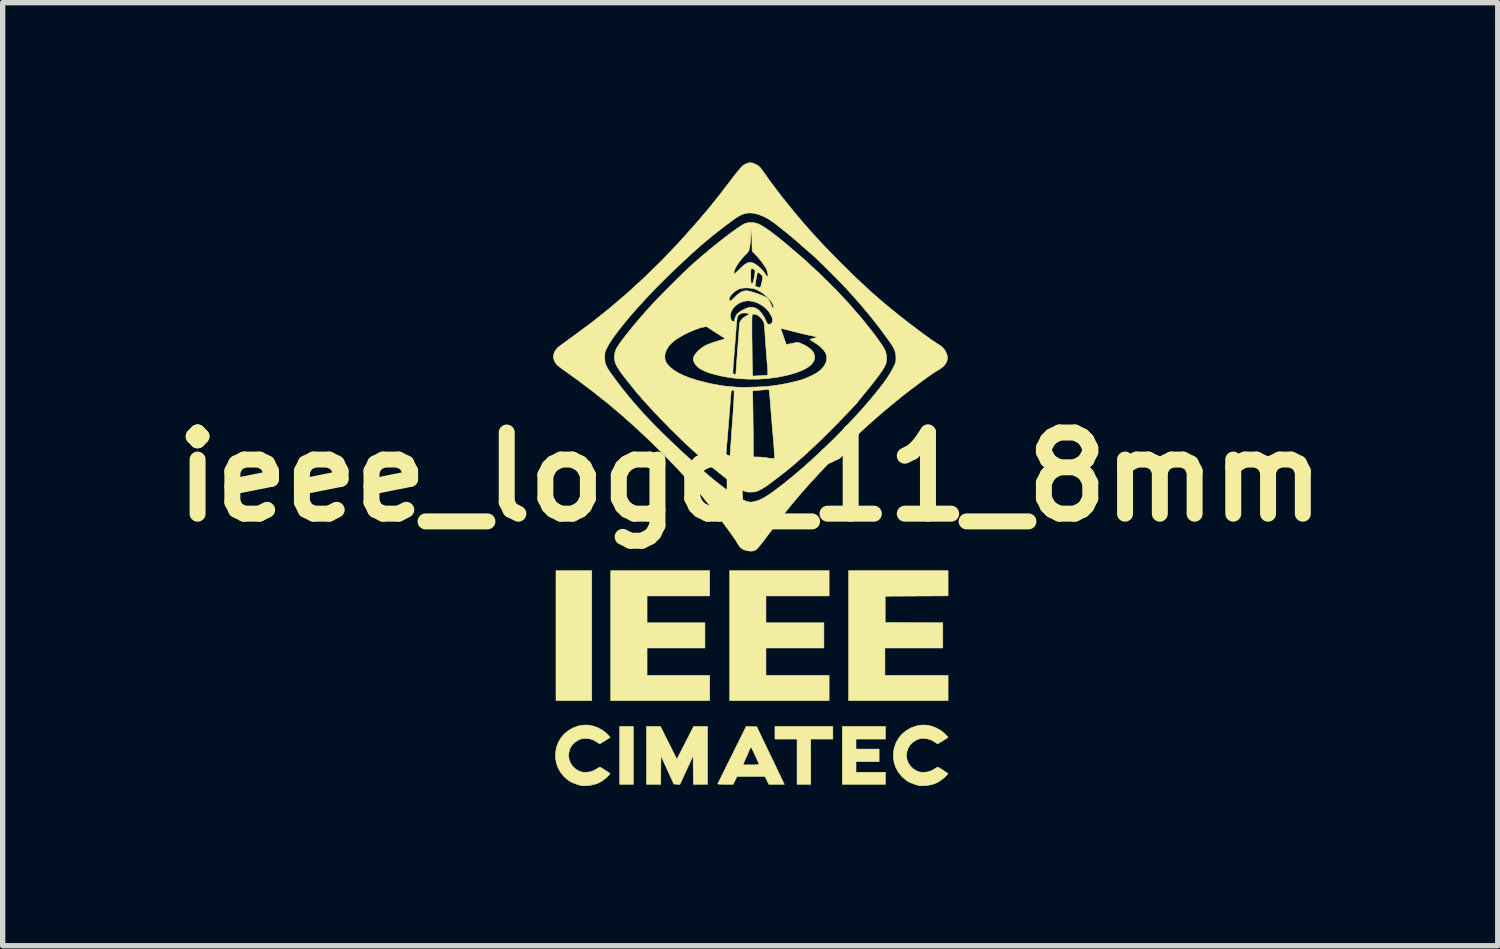
<source format=kicad_pcb>
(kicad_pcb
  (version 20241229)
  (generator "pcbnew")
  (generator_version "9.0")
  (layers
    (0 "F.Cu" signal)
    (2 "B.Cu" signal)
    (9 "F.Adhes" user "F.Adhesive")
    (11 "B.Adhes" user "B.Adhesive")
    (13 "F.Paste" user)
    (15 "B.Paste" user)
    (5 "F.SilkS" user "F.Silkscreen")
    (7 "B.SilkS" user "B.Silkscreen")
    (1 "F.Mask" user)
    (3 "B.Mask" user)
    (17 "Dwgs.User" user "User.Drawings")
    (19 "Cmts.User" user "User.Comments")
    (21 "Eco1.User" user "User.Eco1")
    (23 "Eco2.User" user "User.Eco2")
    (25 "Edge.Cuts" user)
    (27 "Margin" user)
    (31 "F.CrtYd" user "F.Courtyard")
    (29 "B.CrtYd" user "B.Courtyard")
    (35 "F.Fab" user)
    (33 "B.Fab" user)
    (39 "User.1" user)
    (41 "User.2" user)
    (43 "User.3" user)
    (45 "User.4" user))
  (footprint "ieee_logo_11_8mm"
    (layer "F.Cu")
    (at 11.038 5.907)
    (property "Reference" "ieee_logo_11_8mm" (at 0 0 0) (layer "F.SilkS") (effects (font (size 1.524 1.524) (thickness 0.3))))
    (attr through_hole)
    (fp_poly (pts (xy -2.975 4.2) (xy -3.647 4.2) (xy -3.647 1.759) (xy -2.975 1.759) (xy -2.975 4.2)) (stroke (width 0.01) (type solid)) (fill yes) (layer "F.SilkS"))
    (fp_poly (pts (xy -2.194 5.772) (xy -2.451 5.772) (xy -2.451 4.685) (xy -2.194 4.685) (xy -2.194 5.772)) (stroke (width 0.01) (type solid)) (fill yes) (layer "F.SilkS"))
    (fp_poly (pts (xy 1.552 4.922) (xy 1.137 4.922) (xy 1.137 5.772) (xy 0.88 5.772) (xy 0.88 4.922) (xy 0.465 4.922) (xy 0.465 4.685) (xy 1.552 4.685) (xy 1.552 4.922)) (stroke (width 0.01) (type solid)) (fill yes) (layer "F.SilkS"))
    (fp_poly (pts (xy -0.761 2.234) (xy -1.937 2.234) (xy -1.937 2.738) (xy -0.85 2.738) (xy -0.85 3.212) (xy -1.937 3.212) (xy -1.937 3.726) (xy -0.761 3.726) (xy -0.761 4.2) (xy -2.619 4.2) (xy -2.619 1.759) (xy -0.761 1.759) (xy -0.761 2.234)) (stroke (width 0.01) (type solid)) (fill yes) (layer "F.SilkS"))
    (fp_poly (pts (xy 1.482 2.234) (xy 0.296 2.234) (xy 0.296 2.738) (xy 1.384 2.738) (xy 1.384 3.212) (xy 0.296 3.212) (xy 0.296 3.726) (xy 1.482 3.726) (xy 1.482 4.2) (xy -0.385 4.2) (xy -0.385 1.759) (xy 1.482 1.759) (xy 1.482 2.234)) (stroke (width 0.01) (type solid)) (fill yes) (layer "F.SilkS"))
    (fp_poly (pts (xy 2.54 4.922) (xy 1.987 4.922) (xy 1.987 5.11) (xy 2.421 5.11) (xy 2.421 5.347) (xy 1.987 5.347) (xy 1.987 5.545) (xy 2.54 5.545) (xy 2.54 5.772) (xy 1.73 5.772) (xy 1.73 4.685) (xy 2.54 4.685) (xy 2.54 4.922)) (stroke (width 0.01) (type solid)) (fill yes) (layer "F.SilkS"))
    (fp_poly (pts (xy 3.716 2.233) (xy 3.126 2.236) (xy 2.535 2.239) (xy 2.535 2.733) (xy 3.617 2.738) (xy 3.617 3.212) (xy 2.53 3.212) (xy 2.53 3.726) (xy 3.716 3.726) (xy 3.716 4.2) (xy 1.848 4.2) (xy 1.848 1.759) (xy 3.716 1.759) (xy 3.716 2.233)) (stroke (width 0.01) (type solid)) (fill yes) (layer "F.SilkS"))
    (fp_poly (pts (xy -1.531 4.993) (xy -1.377 5.301) (xy -1.22 4.993) (xy -1.062 4.685) (xy -0.801 4.685) (xy -0.801 5.772) (xy -1.067 5.772) (xy -1.07 5.504) (xy -1.072 5.236) (xy -1.196 5.504) (xy -1.319 5.773) (xy -1.376 5.77) (xy -1.434 5.767) (xy -1.555 5.502) (xy -1.675 5.238) (xy -1.678 5.505) (xy -1.68 5.772) (xy -1.947 5.772) (xy -1.947 4.685) (xy -1.685 4.685) (xy -1.531 4.993)) (stroke (width 0.01) (type solid)) (fill yes) (layer "F.SilkS"))
    (fp_poly (pts (xy 0.024 4.687) (xy 0.123 4.69) (xy 0.293 5.045) (xy 0.335 5.133) (xy 0.378 5.223) (xy 0.421 5.312) (xy 0.462 5.397) (xy 0.499 5.474) (xy 0.53 5.54) (xy 0.552 5.587) (xy 0.641 5.772) (xy 0.35 5.772) (xy 0.314 5.698) (xy 0.277 5.624) (xy -0.247 5.624) (xy -0.284 5.698) (xy -0.321 5.772) (xy -0.467 5.772) (xy -0.518 5.771) (xy -0.561 5.77) (xy -0.592 5.768) (xy -0.609 5.766) (xy -0.61 5.764) (xy -0.605 5.754) (xy -0.592 5.728) (xy -0.572 5.688) (xy -0.546 5.634) (xy -0.513 5.569) (xy -0.476 5.493) (xy -0.435 5.41) (xy -0.433 5.406) (xy -0.137 5.406) (xy 0.016 5.406) (xy 0.068 5.406) (xy 0.113 5.404) (xy 0.146 5.403) (xy 0.165 5.4) (xy 0.168 5.399) (xy 0.164 5.387) (xy 0.153 5.362) (xy 0.137 5.326) (xy 0.118 5.282) (xy 0.096 5.236) (xy 0.074 5.189) (xy 0.054 5.146) (xy 0.037 5.11) (xy 0.024 5.086) (xy 0.019 5.076) (xy 0.01 5.077) (xy 0.001 5.091) (xy -0.006 5.108) (xy -0.019 5.139) (xy -0.038 5.181) (xy -0.059 5.23) (xy -0.073 5.26) (xy -0.137 5.406) (xy -0.433 5.406) (xy -0.39 5.319) (xy -0.342 5.223) (xy -0.341 5.221) (xy -0.075 4.684) (xy 0.024 4.687)) (stroke (width 0.01) (type solid)) (fill yes) (layer "F.SilkS"))
    (fp_poly (pts (xy -3.031 4.66) (xy -2.938 4.68) (xy -2.847 4.715) (xy -2.762 4.764) (xy -2.687 4.825) (xy -2.654 4.861) (xy -2.629 4.89) (xy -2.723 4.95) (xy -2.762 4.974) (xy -2.794 4.994) (xy -2.816 5.007) (xy -2.825 5.011) (xy -2.836 5.006) (xy -2.858 4.992) (xy -2.88 4.977) (xy -2.946 4.939) (xy -3.018 4.917) (xy -3.095 4.911) (xy -3.14 4.913) (xy -3.175 4.92) (xy -3.212 4.934) (xy -3.228 4.942) (xy -3.294 4.984) (xy -3.345 5.036) (xy -3.381 5.097) (xy -3.403 5.163) (xy -3.41 5.231) (xy -3.402 5.299) (xy -3.379 5.364) (xy -3.342 5.424) (xy -3.289 5.476) (xy -3.228 5.515) (xy -3.19 5.532) (xy -3.156 5.542) (xy -3.119 5.545) (xy -3.093 5.546) (xy -3.02 5.54) (xy -2.957 5.522) (xy -2.895 5.49) (xy -2.879 5.479) (xy -2.848 5.46) (xy -2.824 5.451) (xy -2.815 5.451) (xy -2.801 5.459) (xy -2.775 5.475) (xy -2.741 5.497) (xy -2.716 5.513) (xy -2.63 5.568) (xy -2.66 5.606) (xy -2.692 5.639) (xy -2.736 5.675) (xy -2.785 5.71) (xy -2.834 5.739) (xy -2.859 5.751) (xy -2.927 5.774) (xy -3.003 5.79) (xy -3.079 5.799) (xy -3.149 5.798) (xy -3.173 5.795) (xy -3.216 5.784) (xy -3.268 5.767) (xy -3.322 5.746) (xy -3.369 5.725) (xy -3.38 5.719) (xy -3.413 5.697) (xy -3.452 5.666) (xy -3.49 5.632) (xy -3.497 5.625) (xy -3.561 5.546) (xy -3.61 5.459) (xy -3.641 5.366) (xy -3.657 5.269) (xy -3.655 5.171) (xy -3.637 5.075) (xy -3.603 4.983) (xy -3.552 4.897) (xy -3.495 4.83) (xy -3.411 4.76) (xy -3.319 4.708) (xy -3.219 4.674) (xy -3.123 4.658) (xy -3.031 4.66)) (stroke (width 0.01) (type solid)) (fill yes) (layer "F.SilkS"))
    (fp_poly (pts (xy 3.314 4.66) (xy 3.407 4.68) (xy 3.498 4.715) (xy 3.583 4.764) (xy 3.658 4.825) (xy 3.692 4.861) (xy 3.716 4.89) (xy 3.622 4.95) (xy 3.583 4.974) (xy 3.551 4.994) (xy 3.529 5.007) (xy 3.52 5.011) (xy 3.509 5.006) (xy 3.487 4.992) (xy 3.465 4.977) (xy 3.399 4.939) (xy 3.327 4.917) (xy 3.25 4.911) (xy 3.205 4.913) (xy 3.17 4.92) (xy 3.133 4.934) (xy 3.117 4.942) (xy 3.051 4.984) (xy 3 5.036) (xy 2.964 5.097) (xy 2.942 5.163) (xy 2.935 5.231) (xy 2.943 5.299) (xy 2.966 5.364) (xy 3.004 5.424) (xy 3.056 5.476) (xy 3.117 5.515) (xy 3.156 5.532) (xy 3.189 5.542) (xy 3.226 5.545) (xy 3.252 5.546) (xy 3.325 5.54) (xy 3.388 5.522) (xy 3.45 5.49) (xy 3.466 5.479) (xy 3.497 5.46) (xy 3.521 5.451) (xy 3.53 5.451) (xy 3.544 5.459) (xy 3.57 5.475) (xy 3.604 5.497) (xy 3.629 5.513) (xy 3.715 5.568) (xy 3.685 5.606) (xy 3.653 5.639) (xy 3.609 5.675) (xy 3.56 5.71) (xy 3.511 5.739) (xy 3.486 5.751) (xy 3.418 5.774) (xy 3.342 5.79) (xy 3.266 5.799) (xy 3.196 5.798) (xy 3.173 5.795) (xy 3.129 5.784) (xy 3.077 5.767) (xy 3.023 5.746) (xy 2.976 5.725) (xy 2.965 5.719) (xy 2.932 5.697) (xy 2.893 5.666) (xy 2.855 5.632) (xy 2.848 5.625) (xy 2.784 5.546) (xy 2.735 5.459) (xy 2.704 5.366) (xy 2.688 5.269) (xy 2.69 5.171) (xy 2.708 5.075) (xy 2.742 4.983) (xy 2.793 4.897) (xy 2.85 4.83) (xy 2.934 4.76) (xy 3.026 4.708) (xy 3.126 4.674) (xy 3.222 4.658) (xy 3.314 4.66)) (stroke (width 0.01) (type solid)) (fill yes) (layer "F.SilkS"))
    (fp_poly (pts (xy 0.049 -5.894) (xy 0.107 -5.87) (xy 0.116 -5.865) (xy 0.137 -5.853) (xy 0.155 -5.84) (xy 0.173 -5.825) (xy 0.192 -5.804) (xy 0.214 -5.777) (xy 0.242 -5.739) (xy 0.278 -5.689) (xy 0.304 -5.651) (xy 0.396 -5.523) (xy 0.5 -5.385) (xy 0.612 -5.24) (xy 0.731 -5.092) (xy 0.853 -4.943) (xy 0.975 -4.798) (xy 1.091 -4.664) (xy 1.206 -4.537) (xy 1.331 -4.401) (xy 1.466 -4.26) (xy 1.606 -4.116) (xy 1.75 -3.972) (xy 1.894 -3.83) (xy 2.036 -3.694) (xy 2.174 -3.565) (xy 2.304 -3.446) (xy 2.407 -3.356) (xy 2.5 -3.276) (xy 2.6 -3.193) (xy 2.705 -3.108) (xy 2.812 -3.022) (xy 2.921 -2.936) (xy 3.029 -2.853) (xy 3.134 -2.773) (xy 3.234 -2.699) (xy 3.327 -2.631) (xy 3.412 -2.57) (xy 3.487 -2.52) (xy 3.549 -2.48) (xy 3.568 -2.469) (xy 3.616 -2.431) (xy 3.657 -2.379) (xy 3.687 -2.318) (xy 3.69 -2.31) (xy 3.704 -2.257) (xy 3.703 -2.212) (xy 3.689 -2.165) (xy 3.68 -2.146) (xy 3.66 -2.113) (xy 3.632 -2.081) (xy 3.593 -2.049) (xy 3.542 -2.014) (xy 3.479 -1.976) (xy 3.448 -1.957) (xy 3.404 -1.927) (xy 3.349 -1.889) (xy 3.286 -1.843) (xy 3.216 -1.792) (xy 3.142 -1.737) (xy 3.066 -1.68) (xy 2.991 -1.623) (xy 2.919 -1.567) (xy 2.856 -1.518) (xy 2.655 -1.355) (xy 2.463 -1.194) (xy 2.276 -1.03) (xy 2.09 -0.862) (xy 1.902 -0.684) (xy 1.708 -0.494) (xy 1.66 -0.446) (xy 1.461 -0.244) (xy 1.277 -0.05) (xy 1.103 0.139) (xy 0.939 0.326) (xy 0.78 0.515) (xy 0.624 0.708) (xy 0.469 0.909) (xy 0.369 1.043) (xy 0.309 1.124) (xy 0.259 1.19) (xy 0.218 1.243) (xy 0.184 1.285) (xy 0.157 1.318) (xy 0.135 1.342) (xy 0.116 1.359) (xy 0.1 1.372) (xy 0.094 1.375) (xy 0.057 1.389) (xy 0.007 1.393) (xy -0.048 1.387) (xy -0.097 1.374) (xy -0.14 1.356) (xy -0.175 1.331) (xy -0.206 1.296) (xy -0.232 1.255) (xy -0.265 1.201) (xy -0.31 1.135) (xy -0.365 1.057) (xy -0.427 0.972) (xy -0.495 0.879) (xy -0.568 0.783) (xy -0.644 0.685) (xy -0.72 0.587) (xy -0.797 0.491) (xy -0.871 0.4) (xy -0.941 0.315) (xy -1.005 0.24) (xy -1.043 0.197) (xy -1.315 -0.101) (xy -1.585 -0.382) (xy -1.852 -0.648) (xy -2.121 -0.901) (xy -2.392 -1.144) (xy -2.669 -1.378) (xy -2.953 -1.604) (xy -3.247 -1.826) (xy -3.543 -2.038) (xy -3.593 -2.075) (xy -3.629 -2.108) (xy -3.656 -2.141) (xy -3.676 -2.177) (xy -3.681 -2.189) (xy -3.694 -2.244) (xy -2.732 -2.244) (xy -2.731 -2.205) (xy -2.728 -2.171) (xy -2.722 -2.138) (xy -2.71 -2.104) (xy -2.693 -2.068) (xy -2.67 -2.027) (xy -2.638 -1.978) (xy -2.597 -1.92) (xy -2.546 -1.85) (xy -2.497 -1.784) (xy -2.39 -1.644) (xy -2.278 -1.506) (xy -2.161 -1.368) (xy -2.037 -1.228) (xy -1.905 -1.086) (xy -1.764 -0.94) (xy -1.612 -0.789) (xy -1.448 -0.631) (xy -1.271 -0.465) (xy -1.08 -0.291) (xy -0.954 -0.177) (xy -0.823 -0.063) (xy -0.698 0.042) (xy -0.579 0.137) (xy -0.467 0.222) (xy -0.363 0.295) (xy -0.269 0.357) (xy -0.184 0.406) (xy -0.11 0.442) (xy -0.047 0.465) (xy 0.003 0.473) (xy 0.005 0.473) (xy 0.025 0.472) (xy 0.057 0.466) (xy 0.085 0.461) (xy 0.132 0.448) (xy 0.18 0.429) (xy 0.234 0.403) (xy 0.293 0.369) (xy 0.361 0.325) (xy 0.438 0.271) (xy 0.526 0.205) (xy 0.613 0.139) (xy 0.796 -0.009) (xy 0.986 -0.17) (xy 1.18 -0.344) (xy 1.375 -0.526) (xy 1.569 -0.714) (xy 1.758 -0.905) (xy 1.94 -1.098) (xy 2.112 -1.287) (xy 2.227 -1.421) (xy 2.321 -1.532) (xy 2.401 -1.631) (xy 2.471 -1.72) (xy 2.531 -1.8) (xy 2.582 -1.874) (xy 2.625 -1.942) (xy 2.662 -2.007) (xy 2.695 -2.071) (xy 2.705 -2.092) (xy 2.722 -2.13) (xy 2.732 -2.16) (xy 2.736 -2.188) (xy 2.737 -2.222) (xy 2.736 -2.252) (xy 2.734 -2.289) (xy 2.729 -2.323) (xy 2.721 -2.356) (xy 2.708 -2.39) (xy 2.691 -2.427) (xy 2.666 -2.469) (xy 2.634 -2.519) (xy 2.592 -2.577) (xy 2.541 -2.647) (xy 2.479 -2.731) (xy 2.47 -2.744) (xy 2.365 -2.881) (xy 2.262 -3.012) (xy 2.156 -3.14) (xy 2.045 -3.27) (xy 1.924 -3.406) (xy 1.823 -3.518) (xy 1.775 -3.569) (xy 1.719 -3.628) (xy 1.656 -3.693) (xy 1.589 -3.761) (xy 1.519 -3.832) (xy 1.448 -3.902) (xy 1.379 -3.97) (xy 1.314 -4.033) (xy 1.255 -4.09) (xy 1.204 -4.138) (xy 1.162 -4.176) (xy 1.139 -4.196) (xy 1.107 -4.223) (xy 1.065 -4.259) (xy 1.016 -4.302) (xy 0.966 -4.346) (xy 0.937 -4.372) (xy 0.85 -4.448) (xy 0.752 -4.53) (xy 0.648 -4.616) (xy 0.543 -4.699) (xy 0.442 -4.777) (xy 0.44 -4.778) (xy 0.348 -4.841) (xy 0.255 -4.891) (xy 0.162 -4.928) (xy 0.074 -4.951) (xy -0.008 -4.959) (xy -0.065 -4.954) (xy -0.11 -4.944) (xy -0.155 -4.929) (xy -0.201 -4.906) (xy -0.253 -4.874) (xy -0.314 -4.832) (xy -0.336 -4.816) (xy -0.45 -4.731) (xy -0.556 -4.65) (xy -0.657 -4.571) (xy -0.755 -4.492) (xy -0.852 -4.411) (xy -0.95 -4.327) (xy -1.052 -4.236) (xy -1.16 -4.138) (xy -1.276 -4.03) (xy -1.402 -3.911) (xy -1.457 -3.858) (xy -1.587 -3.733) (xy -1.714 -3.606) (xy -1.839 -3.477) (xy -1.96 -3.349) (xy -2.076 -3.222) (xy -2.186 -3.098) (xy -2.289 -2.979) (xy -2.384 -2.864) (xy -2.469 -2.756) (xy -2.544 -2.656) (xy -2.607 -2.566) (xy -2.658 -2.485) (xy -2.695 -2.417) (xy -2.696 -2.415) (xy -2.713 -2.377) (xy -2.724 -2.347) (xy -2.73 -2.319) (xy -2.732 -2.284) (xy -2.732 -2.244) (xy -3.694 -2.244) (xy -3.694 -2.246) (xy -3.689 -2.304) (xy -3.667 -2.361) (xy -3.627 -2.415) (xy -3.6 -2.44) (xy -3.579 -2.456) (xy -3.545 -2.482) (xy -3.5 -2.515) (xy -3.447 -2.554) (xy -3.389 -2.596) (xy -3.334 -2.636) (xy -2.983 -2.895) (xy -2.643 -3.166) (xy -2.311 -3.45) (xy -1.986 -3.747) (xy -1.666 -4.06) (xy -1.351 -4.39) (xy -1.039 -4.738) (xy -0.946 -4.845) (xy -0.889 -4.913) (xy -0.838 -4.973) (xy -0.791 -5.029) (xy -0.747 -5.082) (xy -0.704 -5.135) (xy -0.659 -5.191) (xy -0.611 -5.252) (xy -0.557 -5.32) (xy -0.497 -5.399) (xy -0.428 -5.489) (xy -0.39 -5.537) (xy -0.331 -5.615) (xy -0.282 -5.678) (xy -0.241 -5.729) (xy -0.209 -5.769) (xy -0.182 -5.8) (xy -0.161 -5.823) (xy -0.143 -5.841) (xy -0.126 -5.854) (xy -0.11 -5.865) (xy -0.108 -5.866) (xy -0.054 -5.892) (xy -0.003 -5.902) (xy 0.049 -5.894)) (stroke (width 0.01) (type solid)) (fill yes) (layer "F.SilkS"))
    (fp_poly (pts (xy 0.071 -4.775) (xy 0.132 -4.76) (xy 0.133 -4.76) (xy 0.176 -4.741) (xy 0.225 -4.715) (xy 0.279 -4.681) (xy 0.342 -4.638) (xy 0.413 -4.586) (xy 0.495 -4.523) (xy 0.588 -4.448) (xy 0.695 -4.36) (xy 0.702 -4.354) (xy 1.018 -4.083) (xy 1.316 -3.807) (xy 1.598 -3.529) (xy 1.861 -3.247) (xy 2.106 -2.964) (xy 2.295 -2.726) (xy 2.371 -2.625) (xy 2.434 -2.538) (xy 2.483 -2.465) (xy 2.518 -2.407) (xy 2.539 -2.363) (xy 2.541 -2.357) (xy 2.557 -2.291) (xy 2.561 -2.217) (xy 2.555 -2.147) (xy 2.543 -2.11) (xy 2.517 -2.06) (xy 2.478 -1.996) (xy 2.424 -1.919) (xy 2.356 -1.829) (xy 2.275 -1.725) (xy 2.179 -1.607) (xy 2.174 -1.601) (xy 2.134 -1.552) (xy 2.097 -1.507) (xy 2.067 -1.469) (xy 2.044 -1.441) (xy 2.032 -1.424) (xy 2.03 -1.422) (xy 2.019 -1.407) (xy 1.996 -1.38) (xy 1.961 -1.343) (xy 1.917 -1.296) (xy 1.866 -1.241) (xy 1.808 -1.181) (xy 1.745 -1.116) (xy 1.68 -1.049) (xy 1.613 -0.98) (xy 1.546 -0.912) (xy 1.48 -0.846) (xy 1.418 -0.784) (xy 1.36 -0.727) (xy 1.308 -0.676) (xy 1.281 -0.65) (xy 1.138 -0.515) (xy 1.005 -0.393) (xy 0.88 -0.283) (xy 0.76 -0.18) (xy 0.642 -0.085) (xy 0.525 0.006) (xy 0.483 0.037) (xy 0.439 0.07) (xy 0.392 0.106) (xy 0.35 0.138) (xy 0.336 0.149) (xy 0.295 0.177) (xy 0.246 0.208) (xy 0.198 0.235) (xy 0.19 0.239) (xy 0.147 0.26) (xy 0.114 0.272) (xy 0.083 0.279) (xy 0.045 0.283) (xy 0.027 0.283) (xy -0.032 0.283) (xy -0.076 0.277) (xy -0.09 0.273) (xy -0.122 0.259) (xy -0.153 0.244) (xy -0.186 0.225) (xy -0.224 0.199) (xy -0.271 0.165) (xy -0.311 0.135) (xy -0.518 -0.024) (xy -0.717 -0.185) (xy -0.721 -0.189) (xy -0.473 -0.189) (xy -0.467 -0.18) (xy -0.452 -0.187) (xy -0.427 -0.21) (xy -0.426 -0.211) (xy -0.417 -0.221) (xy -0.409 -0.232) (xy -0.402 -0.246) (xy -0.397 -0.264) (xy -0.391 -0.289) (xy -0.387 -0.323) (xy -0.382 -0.367) (xy -0.377 -0.423) (xy -0.372 -0.494) (xy -0.366 -0.581) (xy -0.361 -0.652) (xy -0.356 -0.726) (xy -0.35 -0.814) (xy -0.343 -0.91) (xy -0.336 -1.007) (xy -0.329 -1.101) (xy -0.325 -1.156) (xy -0.32 -1.235) (xy -0.314 -1.312) (xy -0.31 -1.384) (xy -0.306 -1.447) (xy -0.304 -1.498) (xy -0.303 -1.532) (xy -0.302 -1.618) (xy 0.046 -1.618) (xy 0.053 -1.173) (xy 0.054 -1.073) (xy 0.055 -0.972) (xy 0.057 -0.874) (xy 0.058 -0.782) (xy 0.058 -0.699) (xy 0.059 -0.627) (xy 0.059 -0.571) (xy 0.059 -0.552) (xy 0.059 -0.376) (xy 0.146 -0.375) (xy 0.198 -0.373) (xy 0.254 -0.368) (xy 0.303 -0.362) (xy 0.306 -0.361) (xy 0.349 -0.354) (xy 0.389 -0.349) (xy 0.419 -0.347) (xy 0.419 -0.347) (xy 0.458 -0.346) (xy 0.451 -0.472) (xy 0.448 -0.533) (xy 0.443 -0.6) (xy 0.439 -0.662) (xy 0.435 -0.702) (xy 0.43 -0.762) (xy 0.423 -0.839) (xy 0.415 -0.93) (xy 0.407 -1.033) (xy 0.398 -1.145) (xy 0.388 -1.263) (xy 0.38 -1.364) (xy 0.374 -1.447) (xy 0.368 -1.512) (xy 0.364 -1.562) (xy 0.36 -1.598) (xy 0.356 -1.623) (xy 0.352 -1.638) (xy 0.347 -1.645) (xy 0.342 -1.647) (xy 0.337 -1.646) (xy 0.322 -1.644) (xy 0.291 -1.64) (xy 0.249 -1.636) (xy 0.199 -1.631) (xy 0.184 -1.63) (xy 0.046 -1.618) (xy -0.302 -1.618) (xy -0.301 -1.626) (xy -0.328 -1.629) (xy -0.344 -1.629) (xy -0.352 -1.622) (xy -0.357 -1.602) (xy -0.359 -1.584) (xy -0.363 -1.551) (xy -0.367 -1.507) (xy -0.37 -1.46) (xy -0.371 -1.453) (xy -0.374 -1.405) (xy -0.379 -1.347) (xy -0.383 -1.288) (xy -0.386 -1.26) (xy -0.39 -1.214) (xy -0.395 -1.154) (xy -0.4 -1.085) (xy -0.406 -1.014) (xy -0.41 -0.959) (xy -0.416 -0.89) (xy -0.422 -0.819) (xy -0.427 -0.751) (xy -0.432 -0.693) (xy -0.435 -0.657) (xy -0.44 -0.605) (xy -0.445 -0.541) (xy -0.45 -0.473) (xy -0.454 -0.408) (xy -0.455 -0.4) (xy -0.459 -0.345) (xy -0.463 -0.294) (xy -0.467 -0.251) (xy -0.47 -0.222) (xy -0.471 -0.215) (xy -0.473 -0.189) (xy -0.721 -0.189) (xy -0.912 -0.352) (xy -1.106 -0.527) (xy -1.304 -0.713) (xy -1.507 -0.913) (xy -1.507 -0.913) (xy -1.594 -1.002) (xy -1.683 -1.093) (xy -1.771 -1.186) (xy -1.857 -1.278) (xy -1.939 -1.367) (xy -2.014 -1.451) (xy -2.081 -1.528) (xy -2.139 -1.595) (xy -2.184 -1.651) (xy -2.188 -1.657) (xy -2.215 -1.691) (xy -2.25 -1.734) (xy -2.288 -1.781) (xy -2.321 -1.822) (xy -2.385 -1.904) (xy -2.441 -1.98) (xy -2.486 -2.049) (xy -2.518 -2.107) (xy -2.53 -2.135) (xy -2.546 -2.198) (xy -2.549 -2.258) (xy -1.604 -2.258) (xy -1.599 -2.208) (xy -1.584 -2.163) (xy -1.557 -2.12) (xy -1.514 -2.073) (xy -1.501 -2.06) (xy -1.433 -2.005) (xy -1.35 -1.954) (xy -1.25 -1.905) (xy -1.132 -1.859) (xy -0.995 -1.816) (xy -0.99 -1.814) (xy -0.748 -1.753) (xy -0.504 -1.71) (xy -0.26 -1.687) (xy -0.252 -1.686) (xy -0.196 -1.685) (xy -0.126 -1.684) (xy -0.045 -1.685) (xy 0.041 -1.687) (xy 0.128 -1.69) (xy 0.212 -1.694) (xy 0.287 -1.698) (xy 0.348 -1.703) (xy 0.371 -1.706) (xy 0.532 -1.728) (xy 0.686 -1.756) (xy 0.84 -1.791) (xy 0.954 -1.822) (xy 1.002 -1.837) (xy 1.06 -1.861) (xy 1.122 -1.888) (xy 1.182 -1.917) (xy 1.232 -1.944) (xy 1.253 -1.957) (xy 1.324 -2.011) (xy 1.378 -2.07) (xy 1.416 -2.131) (xy 1.436 -2.194) (xy 1.438 -2.257) (xy 1.421 -2.318) (xy 1.414 -2.332) (xy 1.382 -2.379) (xy 1.336 -2.428) (xy 1.279 -2.477) (xy 1.214 -2.521) (xy 1.204 -2.527) (xy 1.17 -2.548) (xy 1.144 -2.565) (xy 1.129 -2.578) (xy 1.127 -2.581) (xy 1.131 -2.586) (xy 1.147 -2.593) (xy 1.176 -2.602) (xy 1.222 -2.613) (xy 1.229 -2.615) (xy 1.246 -2.621) (xy 1.245 -2.628) (xy 1.227 -2.635) (xy 1.19 -2.644) (xy 1.171 -2.648) (xy 1.116 -2.659) (xy 1.058 -2.672) (xy 0.994 -2.687) (xy 0.921 -2.705) (xy 0.834 -2.727) (xy 0.801 -2.735) (xy 0.728 -2.754) (xy 0.673 -2.768) (xy 0.632 -2.778) (xy 0.604 -2.784) (xy 0.587 -2.786) (xy 0.578 -2.785) (xy 0.575 -2.781) (xy 0.577 -2.774) (xy 0.578 -2.771) (xy 0.584 -2.755) (xy 0.595 -2.725) (xy 0.609 -2.683) (xy 0.626 -2.636) (xy 0.631 -2.621) (xy 0.677 -2.489) (xy 0.712 -2.494) (xy 0.739 -2.499) (xy 0.777 -2.506) (xy 0.818 -2.515) (xy 0.82 -2.515) (xy 0.858 -2.523) (xy 0.884 -2.527) (xy 0.905 -2.525) (xy 0.928 -2.518) (xy 0.949 -2.509) (xy 1.027 -2.473) (xy 1.094 -2.432) (xy 1.146 -2.39) (xy 1.182 -2.347) (xy 1.19 -2.334) (xy 1.209 -2.276) (xy 1.21 -2.221) (xy 1.191 -2.168) (xy 1.154 -2.117) (xy 1.098 -2.07) (xy 1.025 -2.025) (xy 0.934 -1.984) (xy 0.826 -1.946) (xy 0.701 -1.912) (xy 0.56 -1.882) (xy 0.509 -1.873) (xy 0.329 -1.849) (xy 0.144 -1.837) (xy -0.043 -1.837) (xy -0.229 -1.848) (xy -0.409 -1.87) (xy -0.581 -1.903) (xy -0.74 -1.946) (xy -0.785 -1.961) (xy -0.805 -1.969) (xy -0.325 -1.969) (xy -0.324 -1.952) (xy -0.323 -1.943) (xy -0.323 -1.943) (xy -0.309 -1.931) (xy -0.294 -1.927) (xy -0.27 -1.927) (xy -0.253 -2.167) (xy -0.247 -2.247) (xy -0.241 -2.334) (xy -0.234 -2.42) (xy -0.228 -2.501) (xy -0.223 -2.569) (xy -0.222 -2.583) (xy -0.217 -2.644) (xy -0.213 -2.703) (xy -0.21 -2.755) (xy -0.207 -2.795) (xy -0.207 -2.808) (xy 0.032 -2.808) (xy 0.032 -2.716) (xy 0.033 -2.606) (xy 0.035 -2.489) (xy 0.036 -2.386) (xy 0.037 -2.289) (xy 0.038 -2.199) (xy 0.04 -2.118) (xy 0.041 -2.048) (xy 0.043 -1.992) (xy 0.044 -1.95) (xy 0.045 -1.925) (xy 0.046 -1.919) (xy 0.05 -1.895) (xy 0.186 -1.902) (xy 0.236 -1.905) (xy 0.278 -1.908) (xy 0.31 -1.912) (xy 0.327 -1.915) (xy 0.328 -1.916) (xy 0.33 -1.928) (xy 0.33 -1.955) (xy 0.329 -1.994) (xy 0.326 -2.041) (xy 0.326 -2.041) (xy 0.314 -2.189) (xy 0.303 -2.331) (xy 0.293 -2.465) (xy 0.284 -2.586) (xy 0.278 -2.692) (xy 0.277 -2.703) (xy 0.273 -2.761) (xy 0.268 -2.815) (xy 0.263 -2.861) (xy 0.259 -2.893) (xy 0.256 -2.906) (xy 0.24 -2.936) (xy 0.214 -2.971) (xy 0.183 -3.004) (xy 0.152 -3.03) (xy 0.138 -3.038) (xy 0.102 -3.053) (xy 0.069 -3.058) (xy 0.045 -3.054) (xy 0.04 -3.049) (xy 0.037 -3.041) (xy 0.035 -3.021) (xy 0.034 -2.989) (xy 0.033 -2.943) (xy 0.032 -2.883) (xy 0.032 -2.808) (xy -0.207 -2.808) (xy -0.207 -2.815) (xy -0.204 -2.853) (xy -0.198 -2.888) (xy -0.194 -2.904) (xy -0.17 -2.946) (xy -0.132 -2.986) (xy -0.083 -3.02) (xy -0.06 -3.032) (xy -0.031 -3.047) (xy -0.02 -3.059) (xy -0.027 -3.068) (xy -0.052 -3.075) (xy -0.089 -3.08) (xy -0.141 -3.079) (xy -0.186 -3.065) (xy -0.221 -3.039) (xy -0.234 -3.02) (xy -0.242 -2.997) (xy -0.249 -2.956) (xy -0.255 -2.897) (xy -0.262 -2.818) (xy -0.263 -2.807) (xy -0.268 -2.731) (xy -0.275 -2.643) (xy -0.282 -2.554) (xy -0.288 -2.471) (xy -0.291 -2.441) (xy -0.3 -2.326) (xy -0.308 -2.229) (xy -0.314 -2.149) (xy -0.319 -2.085) (xy -0.322 -2.034) (xy -0.324 -1.996) (xy -0.325 -1.969) (xy -0.805 -1.969) (xy -0.872 -1.996) (xy -0.941 -2.032) (xy -0.994 -2.073) (xy -1.033 -2.119) (xy -1.06 -2.171) (xy -1.068 -2.198) (xy -1.068 -2.231) (xy -1.053 -2.27) (xy -1.025 -2.314) (xy -0.986 -2.359) (xy -0.939 -2.402) (xy -0.886 -2.442) (xy -0.829 -2.474) (xy -0.824 -2.477) (xy -0.785 -2.493) (xy -0.733 -2.513) (xy -0.675 -2.533) (xy -0.618 -2.55) (xy -0.614 -2.552) (xy -0.566 -2.566) (xy -0.525 -2.578) (xy -0.494 -2.588) (xy -0.477 -2.594) (xy -0.476 -2.595) (xy -0.473 -2.597) (xy -0.474 -2.601) (xy -0.482 -2.607) (xy -0.497 -2.618) (xy -0.525 -2.635) (xy -0.563 -2.659) (xy -0.612 -2.689) (xy -0.667 -2.724) (xy -0.719 -2.758) (xy -0.733 -2.767) (xy -0.818 -2.824) (xy -0.874 -2.815) (xy -0.933 -2.802) (xy -1.004 -2.778) (xy -1.083 -2.747) (xy -1.166 -2.71) (xy -1.248 -2.669) (xy -1.326 -2.625) (xy -1.389 -2.586) (xy -1.466 -2.525) (xy -1.527 -2.46) (xy -1.571 -2.39) (xy -1.597 -2.319) (xy -1.604 -2.258) (xy -2.549 -2.258) (xy -2.549 -2.268) (xy -2.539 -2.339) (xy -2.517 -2.402) (xy -2.496 -2.44) (xy -2.462 -2.492) (xy -2.416 -2.555) (xy -2.361 -2.628) (xy -2.297 -2.71) (xy -2.224 -2.8) (xy -2.146 -2.895) (xy -2.061 -2.994) (xy -2.051 -3.005) (xy -0.372 -3.005) (xy -0.363 -2.965) (xy -0.345 -2.934) (xy -0.321 -2.918) (xy -0.308 -2.916) (xy -0.3 -2.924) (xy -0.293 -2.947) (xy -0.291 -2.959) (xy -0.275 -3.014) (xy -0.245 -3.06) (xy -0.205 -3.094) (xy -0.158 -3.125) (xy -0.104 -3.153) (xy -0.052 -3.175) (xy -0.008 -3.187) (xy -0.004 -3.188) (xy 0.055 -3.187) (xy 0.112 -3.167) (xy 0.166 -3.129) (xy 0.217 -3.071) (xy 0.264 -2.997) (xy 0.282 -2.96) (xy 0.302 -2.918) (xy 0.316 -2.891) (xy 0.328 -2.875) (xy 0.339 -2.868) (xy 0.352 -2.866) (xy 0.355 -2.866) (xy 0.385 -2.875) (xy 0.405 -2.893) (xy 0.419 -2.92) (xy 0.422 -2.951) (xy 0.412 -2.99) (xy 0.389 -3.041) (xy 0.388 -3.043) (xy 0.344 -3.112) (xy 0.285 -3.174) (xy 0.216 -3.227) (xy 0.139 -3.268) (xy 0.059 -3.296) (xy -0.021 -3.308) (xy -0.068 -3.307) (xy -0.142 -3.292) (xy -0.21 -3.263) (xy -0.27 -3.221) (xy -0.319 -3.17) (xy -0.354 -3.112) (xy -0.371 -3.052) (xy -0.372 -3.005) (xy -2.051 -3.005) (xy -1.972 -3.096) (xy -1.927 -3.148) (xy -1.88 -3.199) (xy -1.822 -3.262) (xy -1.753 -3.333) (xy -1.749 -3.338) (xy -0.395 -3.338) (xy -0.392 -3.314) (xy -0.382 -3.305) (xy -0.363 -3.311) (xy -0.335 -3.332) (xy -0.297 -3.37) (xy -0.293 -3.374) (xy -0.235 -3.428) (xy -0.182 -3.466) (xy -0.131 -3.489) (xy -0.08 -3.497) (xy -0.05 -3.495) (xy -0.014 -3.489) (xy 0.033 -3.476) (xy 0.088 -3.459) (xy 0.146 -3.439) (xy 0.202 -3.418) (xy 0.252 -3.397) (xy 0.291 -3.378) (xy 0.312 -3.365) (xy 0.329 -3.35) (xy 0.345 -3.331) (xy 0.361 -3.305) (xy 0.378 -3.269) (xy 0.401 -3.218) (xy 0.41 -3.197) (xy 0.423 -3.173) (xy 0.435 -3.168) (xy 0.44 -3.182) (xy 0.438 -3.205) (xy 0.422 -3.251) (xy 0.39 -3.302) (xy 0.346 -3.354) (xy 0.293 -3.404) (xy 0.234 -3.451) (xy 0.172 -3.491) (xy 0.109 -3.522) (xy 0.074 -3.534) (xy 0.022 -3.544) (xy -0.039 -3.55) (xy -0.102 -3.55) (xy -0.158 -3.544) (xy -0.184 -3.539) (xy -0.229 -3.521) (xy -0.275 -3.493) (xy -0.317 -3.458) (xy -0.354 -3.42) (xy -0.381 -3.382) (xy -0.394 -3.347) (xy -0.395 -3.338) (xy -1.749 -3.338) (xy -1.677 -3.411) (xy -1.596 -3.494) (xy -1.513 -3.578) (xy -1.506 -3.585) (xy 0.092 -3.585) (xy 0.093 -3.581) (xy 0.105 -3.575) (xy 0.13 -3.569) (xy 0.159 -3.563) (xy 0.185 -3.559) (xy 0.192 -3.567) (xy 0.202 -3.591) (xy 0.211 -3.624) (xy 0.211 -3.625) (xy 0.224 -3.68) (xy 0.231 -3.72) (xy 0.234 -3.747) (xy 0.232 -3.767) (xy 0.225 -3.782) (xy 0.211 -3.796) (xy 0.197 -3.808) (xy 0.169 -3.832) (xy 0.151 -3.842) (xy 0.141 -3.841) (xy 0.135 -3.83) (xy 0.135 -3.827) (xy 0.128 -3.801) (xy 0.12 -3.764) (xy 0.112 -3.722) (xy 0.105 -3.678) (xy 0.098 -3.638) (xy 0.094 -3.605) (xy 0.092 -3.585) (xy -1.506 -3.585) (xy -1.428 -3.662) (xy -1.345 -3.744) (xy -1.306 -3.782) (xy 0.01 -3.782) (xy 0.011 -3.717) (xy 0.014 -3.671) (xy 0.018 -3.645) (xy 0.022 -3.639) (xy 0.037 -3.633) (xy 0.05 -3.646) (xy 0.062 -3.679) (xy 0.068 -3.709) (xy 0.079 -3.771) (xy 0.087 -3.817) (xy 0.091 -3.849) (xy 0.091 -3.87) (xy 0.088 -3.883) (xy 0.081 -3.892) (xy 0.071 -3.898) (xy 0.068 -3.899) (xy 0.046 -3.91) (xy 0.03 -3.914) (xy 0.02 -3.909) (xy 0.014 -3.893) (xy 0.011 -3.862) (xy 0.01 -3.816) (xy 0.01 -3.782) (xy -1.306 -3.782) (xy -1.266 -3.821) (xy -1.256 -3.831) (xy -0.305 -3.831) (xy -0.305 -3.812) (xy -0.304 -3.809) (xy -0.295 -3.813) (xy -0.276 -3.83) (xy -0.248 -3.856) (xy -0.214 -3.888) (xy -0.206 -3.897) (xy -0.147 -3.953) (xy -0.097 -3.994) (xy -0.053 -4.019) (xy -0.012 -4.031) (xy 0.028 -4.028) (xy 0.069 -4.012) (xy 0.115 -3.984) (xy 0.121 -3.98) (xy 0.188 -3.927) (xy 0.242 -3.869) (xy 0.286 -3.808) (xy 0.305 -3.78) (xy 0.321 -3.762) (xy 0.329 -3.756) (xy 0.334 -3.765) (xy 0.334 -3.789) (xy 0.332 -3.807) (xy 0.325 -3.844) (xy 0.315 -3.879) (xy 0.311 -3.891) (xy 0.288 -3.936) (xy 0.253 -3.989) (xy 0.21 -4.048) (xy 0.161 -4.108) (xy 0.12 -4.153) (xy 0.037 -4.24) (xy 0.032 -4.448) (xy 0.03 -4.509) (xy 0.028 -4.563) (xy 0.026 -4.606) (xy 0.024 -4.636) (xy 0.022 -4.65) (xy 0.022 -4.65) (xy 0.019 -4.639) (xy 0.017 -4.612) (xy 0.013 -4.573) (xy 0.01 -4.524) (xy 0.009 -4.504) (xy 0.005 -4.447) (xy 0.000068 -4.391) (xy -0.005 -4.342) (xy -0.011 -4.305) (xy -0.011 -4.301) (xy -0.018 -4.272) (xy -0.026 -4.25) (xy -0.038 -4.229) (xy -0.058 -4.205) (xy -0.089 -4.173) (xy -0.099 -4.163) (xy -0.146 -4.112) (xy -0.191 -4.057) (xy -0.232 -4) (xy -0.265 -3.947) (xy -0.289 -3.899) (xy -0.302 -3.862) (xy -0.302 -3.859) (xy -0.305 -3.831) (xy -1.256 -3.831) (xy -1.194 -3.891) (xy -1.13 -3.952) (xy -1.076 -4.001) (xy -1.067 -4.009) (xy -0.976 -4.089) (xy -0.881 -4.17) (xy -0.784 -4.252) (xy -0.686 -4.332) (xy -0.589 -4.409) (xy -0.495 -4.483) (xy -0.406 -4.551) (xy -0.324 -4.612) (xy -0.25 -4.665) (xy -0.186 -4.708) (xy -0.135 -4.74) (xy -0.114 -4.752) (xy -0.059 -4.771) (xy 0.005 -4.779) (xy 0.071 -4.775)) (stroke (width 0.01) (type solid)) (fill yes) (layer "F.SilkS")))
  (gr_rect
    (start -3 -3)
    (end 25.076 14.71)
    (stroke (width 0.1) (type default))
    (fill no)
    (layer "Edge.Cuts")))
</source>
